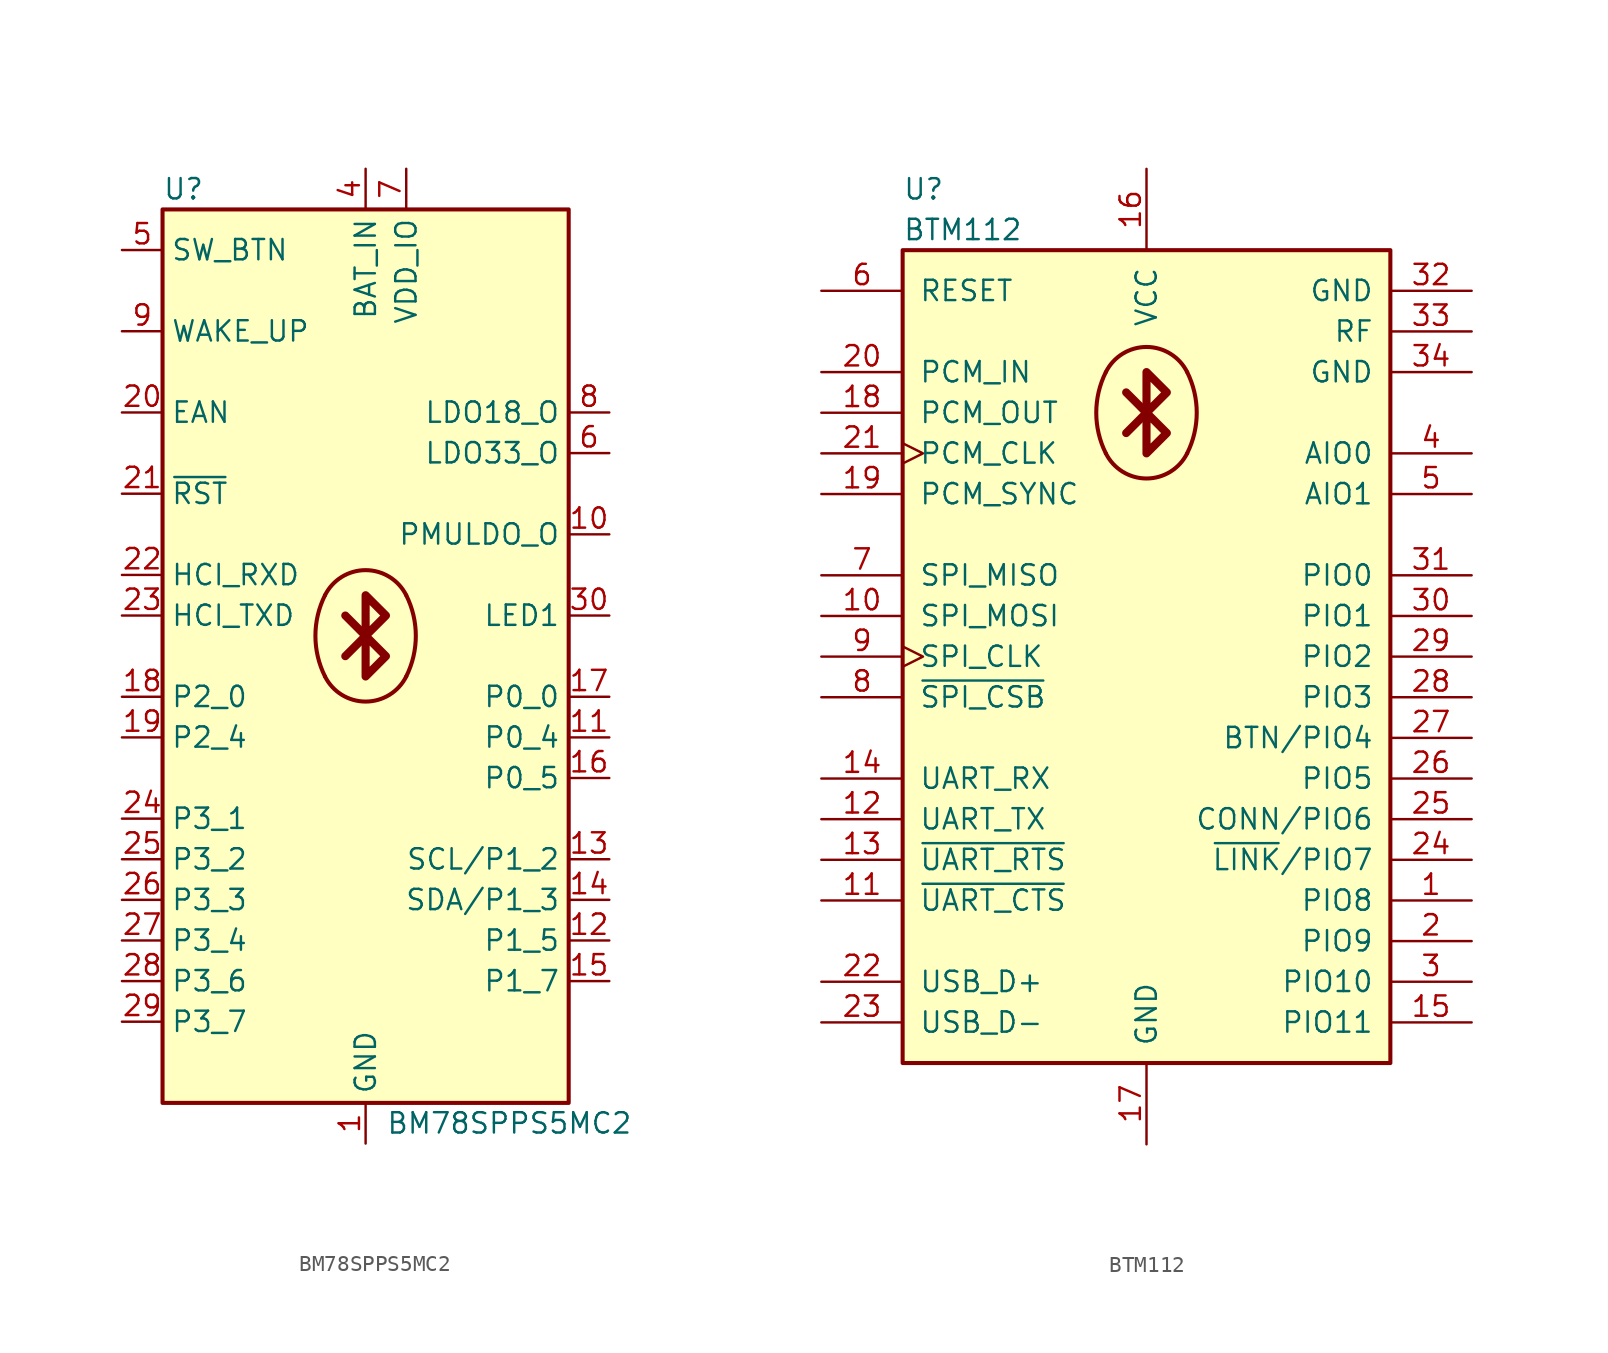
<source format=kicad_sym>
(kicad_symbol_lib
  (version 20220914)
  (generator kicad_symbol_editor)
  (symbol "BM78SPPS5MC2"
    (property "Reference" "U"
      (at -12.7 29.21 0)
      (effects (font (size 1.27 1.27)) (justify left)))
    (property "Value" "BM78SPPS5MC2"
      (at 1.27 -29.21 0)
      (effects (font (size 1.27 1.27)) (justify left)))
    (symbol "BM78SPPS5MC2_0_1"
      (rectangle (start -12.7 27.94) (end 12.7 -27.94) (stroke (width 0.254) (type default)) (fill (type background)))
      (arc (start -2.54 -1.27) (mid 0 -2.8398) (end 2.54 -1.27) (stroke (width 0.254) (type default)) (fill (type background)))
      (arc (start -2.54 3.81) (mid -3.1396 1.27) (end -2.54 -1.27) (stroke (width 0.254) (type default)) (fill (type background)))
      (polyline (pts (xy 0 1.27) (xy -1.27 0)) (stroke (width 0.508) (type default)) (fill (type none)))
      (polyline (pts (xy 0 1.27) (xy -1.27 2.54)) (stroke (width 0.508) (type default)) (fill (type none)))
      (polyline (pts (xy 0 3.81) (xy 1.27 2.54) (xy 0 1.27) (xy 1.27 0) (xy 0 -1.27) (xy 0 3.81)) (stroke (width 0.508) (type default)) (fill (type none)))
      (arc (start 2.54 -1.27) (mid 3.1396 1.27) (end 2.54 3.81) (stroke (width 0.254) (type default)) (fill (type background)))
      (arc (start 2.54 3.81) (mid 0 5.3798) (end -2.54 3.81) (stroke (width 0.254) (type default)) (fill (type background))))
    (symbol "BM78SPPS5MC2_1_1"
      (pin power_in line (at 0 -30.48 90) (length 2.54) (name "GND" (effects (font (size 1.27 1.27)))) (number "1" (effects (font (size 1.27 1.27)))))
      (pin passive line (at 15.24 7.62 180) (length 2.54) (name "PMULDO_O" (effects (font (size 1.27 1.27)))) (number "10" (effects (font (size 1.27 1.27)))))
      (pin output line (at 15.24 -5.08 180) (length 2.54) (name "P0_4" (effects (font (size 1.27 1.27)))) (number "11" (effects (font (size 1.27 1.27)))))
      (pin output line (at 15.24 -17.78 180) (length 2.54) (name "P1_5" (effects (font (size 1.27 1.27)))) (number "12" (effects (font (size 1.27 1.27)))))
      (pin output line (at 15.24 -12.7 180) (length 2.54) (name "SCL/P1_2" (effects (font (size 1.27 1.27)))) (number "13" (effects (font (size 1.27 1.27)))))
      (pin bidirectional line (at 15.24 -15.24 180) (length 2.54) (name "SDA/P1_3" (effects (font (size 1.27 1.27)))) (number "14" (effects (font (size 1.27 1.27)))))
      (pin bidirectional line (at 15.24 -20.32 180) (length 2.54) (name "P1_7" (effects (font (size 1.27 1.27)))) (number "15" (effects (font (size 1.27 1.27)))))
      (pin bidirectional line (at 15.24 -7.62 180) (length 2.54) (name "P0_5" (effects (font (size 1.27 1.27)))) (number "16" (effects (font (size 1.27 1.27)))))
      (pin bidirectional line (at 15.24 -2.54 180) (length 2.54) (name "P0_0" (effects (font (size 1.27 1.27)))) (number "17" (effects (font (size 1.27 1.27)))))
      (pin input line (at -15.24 -2.54 0) (length 2.54) (name "P2_0" (effects (font (size 1.27 1.27)))) (number "18" (effects (font (size 1.27 1.27)))))
      (pin input line (at -15.24 -5.08 0) (length 2.54) (name "P2_4" (effects (font (size 1.27 1.27)))) (number "19" (effects (font (size 1.27 1.27)))))
      (pin passive line (at 0 -30.48 90) (length 2.54) hide (name "GND" (effects (font (size 1.27 1.27)))) (number "2" (effects (font (size 1.27 1.27)))))
      (pin input line (at -15.24 15.24 0) (length 2.54) (name "EAN" (effects (font (size 1.27 1.27)))) (number "20" (effects (font (size 1.27 1.27)))))
      (pin input line (at -15.24 10.16 0) (length 2.54) (name "~{RST}" (effects (font (size 1.27 1.27)))) (number "21" (effects (font (size 1.27 1.27)))))
      (pin input line (at -15.24 5.08 0) (length 2.54) (name "HCI_RXD" (effects (font (size 1.27 1.27)))) (number "22" (effects (font (size 1.27 1.27)))))
      (pin output line (at -15.24 2.54 0) (length 2.54) (name "HCI_TXD" (effects (font (size 1.27 1.27)))) (number "23" (effects (font (size 1.27 1.27)))))
      (pin bidirectional line (at -15.24 -10.16 0) (length 2.54) (name "P3_1" (effects (font (size 1.27 1.27)))) (number "24" (effects (font (size 1.27 1.27)))))
      (pin bidirectional line (at -15.24 -12.7 0) (length 2.54) (name "P3_2" (effects (font (size 1.27 1.27)))) (number "25" (effects (font (size 1.27 1.27)))))
      (pin bidirectional line (at -15.24 -15.24 0) (length 2.54) (name "P3_3" (effects (font (size 1.27 1.27)))) (number "26" (effects (font (size 1.27 1.27)))))
      (pin bidirectional line (at -15.24 -17.78 0) (length 2.54) (name "P3_4" (effects (font (size 1.27 1.27)))) (number "27" (effects (font (size 1.27 1.27)))))
      (pin bidirectional line (at -15.24 -20.32 0) (length 2.54) (name "P3_6" (effects (font (size 1.27 1.27)))) (number "28" (effects (font (size 1.27 1.27)))))
      (pin bidirectional line (at -15.24 -22.86 0) (length 2.54) (name "P3_7" (effects (font (size 1.27 1.27)))) (number "29" (effects (font (size 1.27 1.27)))))
      (pin passive line (at 0 -30.48 90) (length 2.54) hide (name "GND" (effects (font (size 1.27 1.27)))) (number "3" (effects (font (size 1.27 1.27)))))
      (pin output line (at 15.24 2.54 180) (length 2.54) (name "LED1" (effects (font (size 1.27 1.27)))) (number "30" (effects (font (size 1.27 1.27)))))
      (pin passive line (at 0 -30.48 90) (length 2.54) hide (name "GND" (effects (font (size 1.27 1.27)))) (number "31" (effects (font (size 1.27 1.27)))))
      (pin passive line (at 0 -30.48 90) (length 2.54) hide (name "GND" (effects (font (size 1.27 1.27)))) (number "32" (effects (font (size 1.27 1.27)))))
      (pin passive line (at 0 -30.48 90) (length 2.54) hide (name "GND" (effects (font (size 1.27 1.27)))) (number "33" (effects (font (size 1.27 1.27)))))
      (pin power_in line (at 0 30.48 270) (length 2.54) (name "BAT_IN" (effects (font (size 1.27 1.27)))) (number "4" (effects (font (size 1.27 1.27)))))
      (pin input line (at -15.24 25.4 0) (length 2.54) (name "SW_BTN" (effects (font (size 1.27 1.27)))) (number "5" (effects (font (size 1.27 1.27)))))
      (pin power_out line (at 15.24 12.7 180) (length 2.54) (name "LDO33_O" (effects (font (size 1.27 1.27)))) (number "6" (effects (font (size 1.27 1.27)))))
      (pin power_in line (at 2.54 30.48 270) (length 2.54) (name "VDD_IO" (effects (font (size 1.27 1.27)))) (number "7" (effects (font (size 1.27 1.27)))))
      (pin power_out line (at 15.24 15.24 180) (length 2.54) (name "LDO18_O" (effects (font (size 1.27 1.27)))) (number "8" (effects (font (size 1.27 1.27)))))
      (pin input line (at -15.24 20.32 0) (length 2.54) (name "WAKE_UP" (effects (font (size 1.27 1.27)))) (number "9" (effects (font (size 1.27 1.27)))))))
  (symbol "BTM112"
    (pin_names
      (offset 1.016))
    (property "Reference" "U"
      (at -15.24 29.21 0)
      (effects (font (size 1.27 1.27)) (justify left)))
    (property "Value" "BTM112"
      (at -15.24 26.67 0)
      (effects (font (size 1.27 1.27)) (justify left)))
    (symbol "BTM112_0_1"
      (rectangle (start -15.24 25.4) (end 15.24 -25.4) (stroke (width 0.254) (type default)) (fill (type background)))
      (arc (start -2.54 12.7) (mid 0 11.1302) (end 2.54 12.7) (stroke (width 0.254) (type default)) (fill (type background)))
      (arc (start -2.54 17.78) (mid -3.1396 15.24) (end -2.54 12.7) (stroke (width 0.254) (type default)) (fill (type background)))
      (polyline (pts (xy 0 15.24) (xy -1.27 13.97)) (stroke (width 0.508) (type default)) (fill (type none)))
      (polyline (pts (xy 0 15.24) (xy -1.27 16.51)) (stroke (width 0.508) (type default)) (fill (type none)))
      (polyline (pts (xy 0 17.78) (xy 1.27 16.51) (xy 0 15.24) (xy 1.27 13.97) (xy 0 12.7) (xy 0 17.78)) (stroke (width 0.508) (type default)) (fill (type none)))
      (arc (start 2.54 12.7) (mid 3.1396 15.24) (end 2.54 17.78) (stroke (width 0.254) (type default)) (fill (type background)))
      (arc (start 2.54 17.78) (mid 0 19.3498) (end -2.54 17.78) (stroke (width 0.254) (type default)) (fill (type background))))
    (symbol "BTM112_1_1"
      (pin bidirectional line (at 20.32 -15.24 180) (length 5.08) (name "PIO8" (effects (font (size 1.27 1.27)))) (number "1" (effects (font (size 1.27 1.27)))))
      (pin input line (at -20.32 2.54 0) (length 5.08) (name "SPI_MOSI" (effects (font (size 1.27 1.27)))) (number "10" (effects (font (size 1.27 1.27)))))
      (pin input line (at -20.32 -15.24 0) (length 5.08) (name "~{UART_CTS}" (effects (font (size 1.27 1.27)))) (number "11" (effects (font (size 1.27 1.27)))))
      (pin output line (at -20.32 -10.16 0) (length 5.08) (name "UART_TX" (effects (font (size 1.27 1.27)))) (number "12" (effects (font (size 1.27 1.27)))))
      (pin output line (at -20.32 -12.7 0) (length 5.08) (name "~{UART_RTS}" (effects (font (size 1.27 1.27)))) (number "13" (effects (font (size 1.27 1.27)))))
      (pin input line (at -20.32 -7.62 0) (length 5.08) (name "UART_RX" (effects (font (size 1.27 1.27)))) (number "14" (effects (font (size 1.27 1.27)))))
      (pin bidirectional line (at 20.32 -22.86 180) (length 5.08) (name "PIO11" (effects (font (size 1.27 1.27)))) (number "15" (effects (font (size 1.27 1.27)))))
      (pin power_in line (at 0 30.48 270) (length 5.08) (name "VCC" (effects (font (size 1.27 1.27)))) (number "16" (effects (font (size 1.27 1.27)))))
      (pin power_in line (at 0 -30.48 90) (length 5.08) (name "GND" (effects (font (size 1.27 1.27)))) (number "17" (effects (font (size 1.27 1.27)))))
      (pin output line (at -20.32 15.24 0) (length 5.08) (name "PCM_OUT" (effects (font (size 1.27 1.27)))) (number "18" (effects (font (size 1.27 1.27)))))
      (pin bidirectional line (at -20.32 10.16 0) (length 5.08) (name "PCM_SYNC" (effects (font (size 1.27 1.27)))) (number "19" (effects (font (size 1.27 1.27)))))
      (pin bidirectional line (at 20.32 -17.78 180) (length 5.08) (name "PIO9" (effects (font (size 1.27 1.27)))) (number "2" (effects (font (size 1.27 1.27)))))
      (pin input line (at -20.32 17.78 0) (length 5.08) (name "PCM_IN" (effects (font (size 1.27 1.27)))) (number "20" (effects (font (size 1.27 1.27)))))
      (pin bidirectional clock (at -20.32 12.7 0) (length 5.08) (name "PCM_CLK" (effects (font (size 1.27 1.27)))) (number "21" (effects (font (size 1.27 1.27)))))
      (pin bidirectional line (at -20.32 -20.32 0) (length 5.08) (name "USB_D+" (effects (font (size 1.27 1.27)))) (number "22" (effects (font (size 1.27 1.27)))))
      (pin bidirectional line (at -20.32 -22.86 0) (length 5.08) (name "USB_D-" (effects (font (size 1.27 1.27)))) (number "23" (effects (font (size 1.27 1.27)))))
      (pin bidirectional line (at 20.32 -12.7 180) (length 5.08) (name "~{LINK}/PIO7" (effects (font (size 1.27 1.27)))) (number "24" (effects (font (size 1.27 1.27)))))
      (pin bidirectional line (at 20.32 -10.16 180) (length 5.08) (name "CONN/PIO6" (effects (font (size 1.27 1.27)))) (number "25" (effects (font (size 1.27 1.27)))))
      (pin bidirectional line (at 20.32 -7.62 180) (length 5.08) (name "PIO5" (effects (font (size 1.27 1.27)))) (number "26" (effects (font (size 1.27 1.27)))))
      (pin bidirectional line (at 20.32 -5.08 180) (length 5.08) (name "BTN/PIO4" (effects (font (size 1.27 1.27)))) (number "27" (effects (font (size 1.27 1.27)))))
      (pin bidirectional line (at 20.32 -2.54 180) (length 5.08) (name "PIO3" (effects (font (size 1.27 1.27)))) (number "28" (effects (font (size 1.27 1.27)))))
      (pin bidirectional line (at 20.32 0 180) (length 5.08) (name "PIO2" (effects (font (size 1.27 1.27)))) (number "29" (effects (font (size 1.27 1.27)))))
      (pin bidirectional line (at 20.32 -20.32 180) (length 5.08) (name "PIO10" (effects (font (size 1.27 1.27)))) (number "3" (effects (font (size 1.27 1.27)))))
      (pin bidirectional line (at 20.32 2.54 180) (length 5.08) (name "PIO1" (effects (font (size 1.27 1.27)))) (number "30" (effects (font (size 1.27 1.27)))))
      (pin bidirectional line (at 20.32 5.08 180) (length 5.08) (name "PIO0" (effects (font (size 1.27 1.27)))) (number "31" (effects (font (size 1.27 1.27)))))
      (pin power_in line (at 20.32 22.86 180) (length 5.08) (name "GND" (effects (font (size 1.27 1.27)))) (number "32" (effects (font (size 1.27 1.27)))))
      (pin passive line (at 20.32 20.32 180) (length 5.08) (name "RF" (effects (font (size 1.27 1.27)))) (number "33" (effects (font (size 1.27 1.27)))))
      (pin power_in line (at 20.32 17.78 180) (length 5.08) (name "GND" (effects (font (size 1.27 1.27)))) (number "34" (effects (font (size 1.27 1.27)))))
      (pin passive line (at 20.32 12.7 180) (length 5.08) (name "AIO0" (effects (font (size 1.27 1.27)))) (number "4" (effects (font (size 1.27 1.27)))))
      (pin passive line (at 20.32 10.16 180) (length 5.08) (name "AIO1" (effects (font (size 1.27 1.27)))) (number "5" (effects (font (size 1.27 1.27)))))
      (pin input line (at -20.32 22.86 0) (length 5.08) (name "RESET" (effects (font (size 1.27 1.27)))) (number "6" (effects (font (size 1.27 1.27)))))
      (pin output line (at -20.32 5.08 0) (length 5.08) (name "SPI_MISO" (effects (font (size 1.27 1.27)))) (number "7" (effects (font (size 1.27 1.27)))))
      (pin input line (at -20.32 -2.54 0) (length 5.08) (name "~{SPI_CSB}" (effects (font (size 1.27 1.27)))) (number "8" (effects (font (size 1.27 1.27)))))
      (pin input clock (at -20.32 0 0) (length 5.08) (name "SPI_CLK" (effects (font (size 1.27 1.27)))) (number "9" (effects (font (size 1.27 1.27))))))))
</source>
